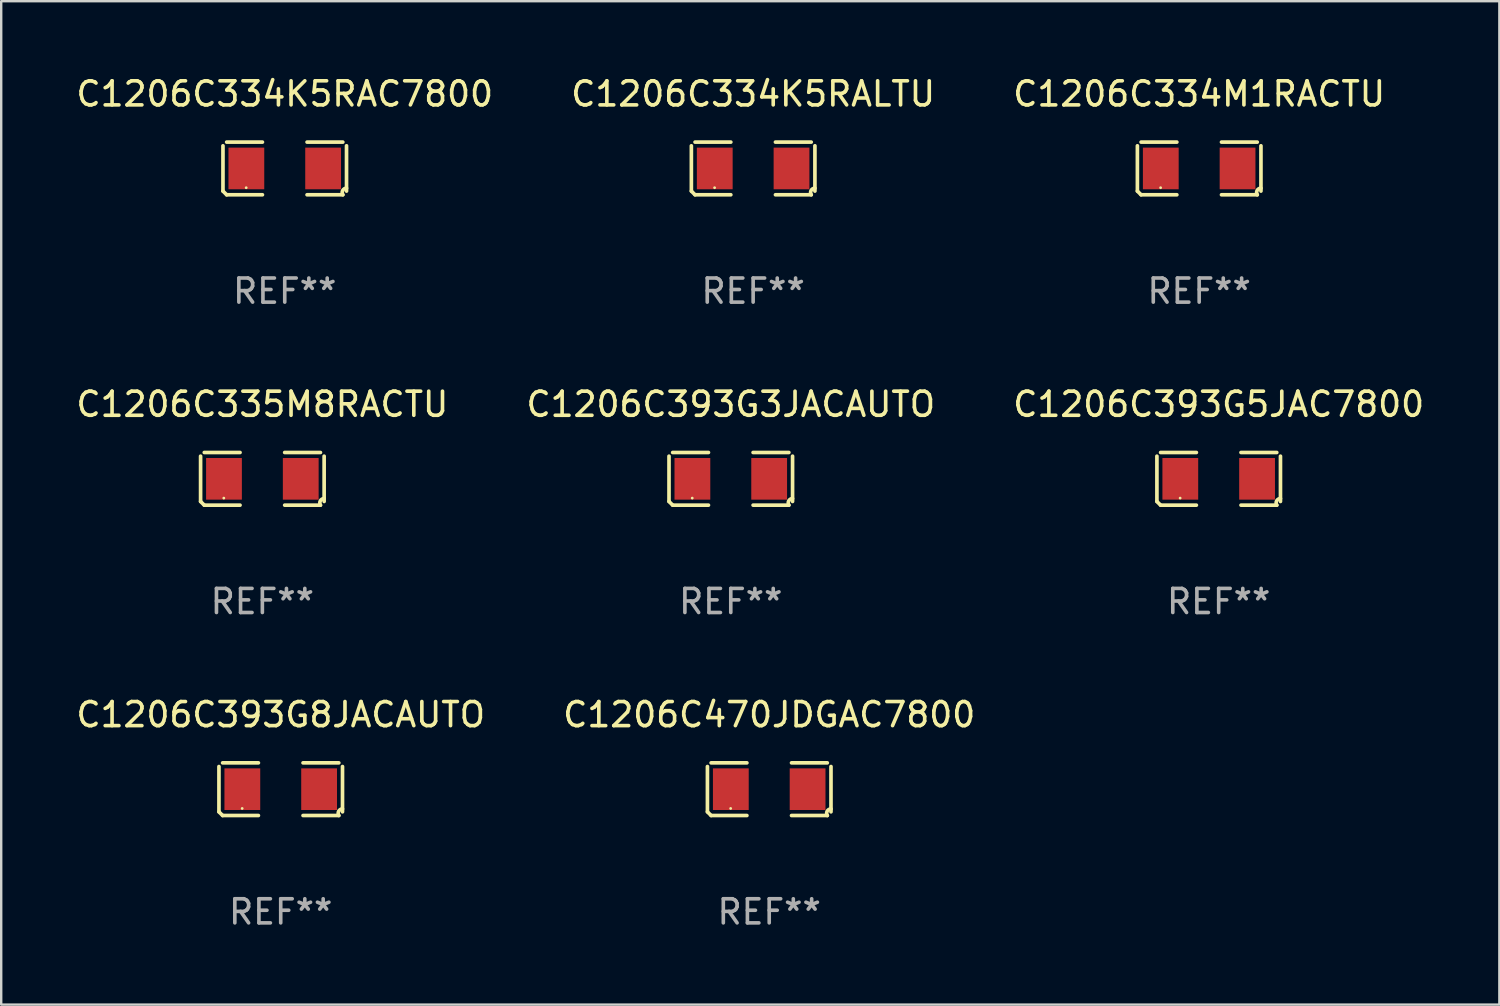
<source format=kicad_pcb>
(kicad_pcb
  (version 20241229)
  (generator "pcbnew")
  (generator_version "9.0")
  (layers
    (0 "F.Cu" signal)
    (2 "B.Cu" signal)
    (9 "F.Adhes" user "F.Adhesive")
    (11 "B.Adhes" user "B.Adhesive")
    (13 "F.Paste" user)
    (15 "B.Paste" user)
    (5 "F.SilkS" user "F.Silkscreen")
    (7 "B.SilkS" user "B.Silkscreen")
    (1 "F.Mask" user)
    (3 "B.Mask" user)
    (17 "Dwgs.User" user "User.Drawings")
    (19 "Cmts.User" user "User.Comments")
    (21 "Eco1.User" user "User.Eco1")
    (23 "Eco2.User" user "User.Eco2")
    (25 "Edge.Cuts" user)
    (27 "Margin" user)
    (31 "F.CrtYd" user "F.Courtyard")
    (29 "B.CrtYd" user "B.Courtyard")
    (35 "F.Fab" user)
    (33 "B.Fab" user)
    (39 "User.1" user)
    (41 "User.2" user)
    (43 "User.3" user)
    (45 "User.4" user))
  (footprint "C1206C334K5RALTU"
    (layer "F.Cu")
    (at 28.208 3.941)
    (property "Reference" "C1206C334K5RALTU" (at 0 -3.093 0) (layer "F.SilkS") (effects (font (size 1 1) (thickness 0.15))))
    (attr through_hole)
    (fp_line (start -2.564 0.94) (end -2.564 -0.94) (stroke (width 0.152) (type solid)) (layer "F.SilkS"))
    (fp_line (start -2.411 -1.093) (end -0.926 -1.093) (stroke (width 0.152) (type solid)) (layer "F.SilkS"))
    (fp_line (start -0.926 1.093) (end -2.411 1.093) (stroke (width 0.152) (type solid)) (layer "F.SilkS"))
    (fp_line (start 0.926 1.093) (end 2.411 1.093) (stroke (width 0.152) (type solid)) (layer "F.SilkS"))
    (fp_line (start 2.411 -1.093) (end 0.926 -1.093) (stroke (width 0.152) (type solid)) (layer "F.SilkS"))
    (fp_line (start 2.564 0.94) (end 2.564 -0.94) (stroke (width 0.152) (type solid)) (layer "F.SilkS"))
    (fp_arc (start -2.411201 1.092609) (mid -2.487413 1.01642) (end -2.563602 0.940208) (stroke (width 0.1524) (type solid)) (layer "F.SilkS"))
    (fp_arc (start 2.411201 1.092609) (mid 2.407159 0.911226) (end 2.563602 0.819347) (stroke (width 0.1524) (type solid)) (layer "F.SilkS"))
    (fp_circle (center -1.6 0.8) (end -1.57 0.8) (stroke (width 0.06) (type solid)) (fill no) (layer "F.SilkS"))
    (fp_text user "REF**" (at 0 5.093 0) (layer "F.Fab") (effects (font (size 1 1) (thickness 0.15))))
    (pad "1" smd rect (at -1.593 0) (size 1.485 1.728) (layers "F.Cu" "F.Mask" "F.Paste"))
    (pad "2" smd rect (at 1.593 0) (size 1.485 1.728) (layers "F.Cu" "F.Mask" "F.Paste")))
  (footprint "C1206C334K5RAC7800"
    (layer "F.Cu")
    (at 8.768 3.941)
    (property "Reference" "C1206C334K5RAC7800" (at 0 -3.093 0) (layer "F.SilkS") (effects (font (size 1 1) (thickness 0.15))))
    (attr through_hole)
    (fp_line (start -2.564 0.94) (end -2.564 -0.94) (stroke (width 0.152) (type solid)) (layer "F.SilkS"))
    (fp_line (start -2.411 -1.093) (end -0.926 -1.093) (stroke (width 0.152) (type solid)) (layer "F.SilkS"))
    (fp_line (start -0.926 1.093) (end -2.411 1.093) (stroke (width 0.152) (type solid)) (layer "F.SilkS"))
    (fp_line (start 0.926 1.093) (end 2.411 1.093) (stroke (width 0.152) (type solid)) (layer "F.SilkS"))
    (fp_line (start 2.411 -1.093) (end 0.926 -1.093) (stroke (width 0.152) (type solid)) (layer "F.SilkS"))
    (fp_line (start 2.564 0.94) (end 2.564 -0.94) (stroke (width 0.152) (type solid)) (layer "F.SilkS"))
    (fp_arc (start -2.411201 1.092609) (mid -2.487413 1.01642) (end -2.563602 0.940208) (stroke (width 0.1524) (type solid)) (layer "F.SilkS"))
    (fp_arc (start 2.411201 1.092609) (mid 2.407159 0.911226) (end 2.563602 0.819347) (stroke (width 0.1524) (type solid)) (layer "F.SilkS"))
    (fp_circle (center -1.6 0.8) (end -1.57 0.8) (stroke (width 0.06) (type solid)) (fill no) (layer "F.SilkS"))
    (fp_text user "REF**" (at 0 5.093 0) (layer "F.Fab") (effects (font (size 1 1) (thickness 0.15))))
    (pad "1" smd rect (at -1.593 0) (size 1.485 1.728) (layers "F.Cu" "F.Mask" "F.Paste"))
    (pad "2" smd rect (at 1.593 0) (size 1.485 1.728) (layers "F.Cu" "F.Mask" "F.Paste")))
  (footprint "C1206C334M1RACTU"
    (layer "F.Cu")
    (at 46.72 3.941)
    (property "Reference" "C1206C334M1RACTU" (at 0 -3.093 0) (layer "F.SilkS") (effects (font (size 1 1) (thickness 0.15))))
    (attr through_hole)
    (fp_line (start -2.564 0.94) (end -2.564 -0.94) (stroke (width 0.152) (type solid)) (layer "F.SilkS"))
    (fp_line (start -2.411 -1.093) (end -0.926 -1.093) (stroke (width 0.152) (type solid)) (layer "F.SilkS"))
    (fp_line (start -0.926 1.093) (end -2.411 1.093) (stroke (width 0.152) (type solid)) (layer "F.SilkS"))
    (fp_line (start 0.926 1.093) (end 2.411 1.093) (stroke (width 0.152) (type solid)) (layer "F.SilkS"))
    (fp_line (start 2.411 -1.093) (end 0.926 -1.093) (stroke (width 0.152) (type solid)) (layer "F.SilkS"))
    (fp_line (start 2.564 0.94) (end 2.564 -0.94) (stroke (width 0.152) (type solid)) (layer "F.SilkS"))
    (fp_arc (start -2.411201 1.092609) (mid -2.487413 1.01642) (end -2.563602 0.940208) (stroke (width 0.1524) (type solid)) (layer "F.SilkS"))
    (fp_arc (start 2.411201 1.092609) (mid 2.407159 0.911226) (end 2.563602 0.819347) (stroke (width 0.1524) (type solid)) (layer "F.SilkS"))
    (fp_circle (center -1.6 0.8) (end -1.57 0.8) (stroke (width 0.06) (type solid)) (fill no) (layer "F.SilkS"))
    (fp_text user "REF**" (at 0 5.093 0) (layer "F.Fab") (effects (font (size 1 1) (thickness 0.15))))
    (pad "1" smd rect (at -1.593 0) (size 1.485 1.728) (layers "F.Cu" "F.Mask" "F.Paste"))
    (pad "2" smd rect (at 1.593 0) (size 1.485 1.728) (layers "F.Cu" "F.Mask" "F.Paste")))
  (footprint "C1206C393G3JACAUTO"
    (layer "F.Cu")
    (at 27.28 16.823)
    (property "Reference" "C1206C393G3JACAUTO" (at 0 -3.093 0) (layer "F.SilkS") (effects (font (size 1 1) (thickness 0.15))))
    (attr through_hole)
    (fp_line (start -2.564 0.94) (end -2.564 -0.94) (stroke (width 0.152) (type solid)) (layer "F.SilkS"))
    (fp_line (start -2.411 -1.093) (end -0.926 -1.093) (stroke (width 0.152) (type solid)) (layer "F.SilkS"))
    (fp_line (start -0.926 1.093) (end -2.411 1.093) (stroke (width 0.152) (type solid)) (layer "F.SilkS"))
    (fp_line (start 0.926 1.093) (end 2.411 1.093) (stroke (width 0.152) (type solid)) (layer "F.SilkS"))
    (fp_line (start 2.411 -1.093) (end 0.926 -1.093) (stroke (width 0.152) (type solid)) (layer "F.SilkS"))
    (fp_line (start 2.564 0.94) (end 2.564 -0.94) (stroke (width 0.152) (type solid)) (layer "F.SilkS"))
    (fp_arc (start -2.411201 1.092609) (mid -2.487413 1.01642) (end -2.563602 0.940208) (stroke (width 0.1524) (type solid)) (layer "F.SilkS"))
    (fp_arc (start 2.411201 1.092609) (mid 2.407159 0.911226) (end 2.563602 0.819347) (stroke (width 0.1524) (type solid)) (layer "F.SilkS"))
    (fp_circle (center -1.6 0.8) (end -1.57 0.8) (stroke (width 0.06) (type solid)) (fill no) (layer "F.SilkS"))
    (fp_text user "REF**" (at 0 5.093 0) (layer "F.Fab") (effects (font (size 1 1) (thickness 0.15))))
    (pad "1" smd rect (at -1.593 0) (size 1.485 1.728) (layers "F.Cu" "F.Mask" "F.Paste"))
    (pad "2" smd rect (at 1.593 0) (size 1.485 1.728) (layers "F.Cu" "F.Mask" "F.Paste")))
  (footprint "C1206C470JDGAC7800"
    (layer "F.Cu")
    (at 28.875 29.704)
    (property "Reference" "C1206C470JDGAC7800" (at 0 -3.093 0) (layer "F.SilkS") (effects (font (size 1 1) (thickness 0.15))))
    (attr through_hole)
    (fp_line (start -2.564 0.94) (end -2.564 -0.94) (stroke (width 0.152) (type solid)) (layer "F.SilkS"))
    (fp_line (start -2.411 -1.093) (end -0.926 -1.093) (stroke (width 0.152) (type solid)) (layer "F.SilkS"))
    (fp_line (start -0.926 1.093) (end -2.411 1.093) (stroke (width 0.152) (type solid)) (layer "F.SilkS"))
    (fp_line (start 0.926 1.093) (end 2.411 1.093) (stroke (width 0.152) (type solid)) (layer "F.SilkS"))
    (fp_line (start 2.411 -1.093) (end 0.926 -1.093) (stroke (width 0.152) (type solid)) (layer "F.SilkS"))
    (fp_line (start 2.564 0.94) (end 2.564 -0.94) (stroke (width 0.152) (type solid)) (layer "F.SilkS"))
    (fp_arc (start -2.411201 1.092609) (mid -2.487413 1.01642) (end -2.563602 0.940208) (stroke (width 0.1524) (type solid)) (layer "F.SilkS"))
    (fp_arc (start 2.411201 1.092609) (mid 2.407159 0.911226) (end 2.563602 0.819347) (stroke (width 0.1524) (type solid)) (layer "F.SilkS"))
    (fp_circle (center -1.6 0.8) (end -1.57 0.8) (stroke (width 0.06) (type solid)) (fill no) (layer "F.SilkS"))
    (fp_text user "REF**" (at 0 5.093 0) (layer "F.Fab") (effects (font (size 1 1) (thickness 0.15))))
    (pad "1" smd rect (at -1.593 0) (size 1.485 1.728) (layers "F.Cu" "F.Mask" "F.Paste"))
    (pad "2" smd rect (at 1.593 0) (size 1.485 1.728) (layers "F.Cu" "F.Mask" "F.Paste")))
  (footprint "C1206C393G5JAC7800"
    (layer "F.Cu")
    (at 47.53 16.823)
    (property "Reference" "C1206C393G5JAC7800" (at 0 -3.093 0) (layer "F.SilkS") (effects (font (size 1 1) (thickness 0.15))))
    (attr through_hole)
    (fp_line (start -2.564 0.94) (end -2.564 -0.94) (stroke (width 0.152) (type solid)) (layer "F.SilkS"))
    (fp_line (start -2.411 -1.093) (end -0.926 -1.093) (stroke (width 0.152) (type solid)) (layer "F.SilkS"))
    (fp_line (start -0.926 1.093) (end -2.411 1.093) (stroke (width 0.152) (type solid)) (layer "F.SilkS"))
    (fp_line (start 0.926 1.093) (end 2.411 1.093) (stroke (width 0.152) (type solid)) (layer "F.SilkS"))
    (fp_line (start 2.411 -1.093) (end 0.926 -1.093) (stroke (width 0.152) (type solid)) (layer "F.SilkS"))
    (fp_line (start 2.564 0.94) (end 2.564 -0.94) (stroke (width 0.152) (type solid)) (layer "F.SilkS"))
    (fp_arc (start -2.411201 1.092609) (mid -2.487413 1.01642) (end -2.563602 0.940208) (stroke (width 0.1524) (type solid)) (layer "F.SilkS"))
    (fp_arc (start 2.411201 1.092609) (mid 2.407159 0.911226) (end 2.563602 0.819347) (stroke (width 0.1524) (type solid)) (layer "F.SilkS"))
    (fp_circle (center -1.6 0.8) (end -1.57 0.8) (stroke (width 0.06) (type solid)) (fill no) (layer "F.SilkS"))
    (fp_text user "REF**" (at 0 5.093 0) (layer "F.Fab") (effects (font (size 1 1) (thickness 0.15))))
    (pad "1" smd rect (at -1.593 0) (size 1.485 1.728) (layers "F.Cu" "F.Mask" "F.Paste"))
    (pad "2" smd rect (at 1.593 0) (size 1.485 1.728) (layers "F.Cu" "F.Mask" "F.Paste")))
  (footprint "C1206C393G8JACAUTO"
    (layer "F.Cu")
    (at 8.601 29.704)
    (property "Reference" "C1206C393G8JACAUTO" (at 0 -3.093 0) (layer "F.SilkS") (effects (font (size 1 1) (thickness 0.15))))
    (attr through_hole)
    (fp_line (start -2.564 0.94) (end -2.564 -0.94) (stroke (width 0.152) (type solid)) (layer "F.SilkS"))
    (fp_line (start -2.411 -1.093) (end -0.926 -1.093) (stroke (width 0.152) (type solid)) (layer "F.SilkS"))
    (fp_line (start -0.926 1.093) (end -2.411 1.093) (stroke (width 0.152) (type solid)) (layer "F.SilkS"))
    (fp_line (start 0.926 1.093) (end 2.411 1.093) (stroke (width 0.152) (type solid)) (layer "F.SilkS"))
    (fp_line (start 2.411 -1.093) (end 0.926 -1.093) (stroke (width 0.152) (type solid)) (layer "F.SilkS"))
    (fp_line (start 2.564 0.94) (end 2.564 -0.94) (stroke (width 0.152) (type solid)) (layer "F.SilkS"))
    (fp_arc (start -2.411201 1.092609) (mid -2.487413 1.01642) (end -2.563602 0.940208) (stroke (width 0.1524) (type solid)) (layer "F.SilkS"))
    (fp_arc (start 2.411201 1.092609) (mid 2.407159 0.911226) (end 2.563602 0.819347) (stroke (width 0.1524) (type solid)) (layer "F.SilkS"))
    (fp_circle (center -1.6 0.8) (end -1.57 0.8) (stroke (width 0.06) (type solid)) (fill no) (layer "F.SilkS"))
    (fp_text user "REF**" (at 0 5.093 0) (layer "F.Fab") (effects (font (size 1 1) (thickness 0.15))))
    (pad "1" smd rect (at -1.593 0) (size 1.485 1.728) (layers "F.Cu" "F.Mask" "F.Paste"))
    (pad "2" smd rect (at 1.593 0) (size 1.485 1.728) (layers "F.Cu" "F.Mask" "F.Paste")))
  (footprint "C1206C335M8RACTU"
    (layer "F.Cu")
    (at 7.839 16.823)
    (property "Reference" "C1206C335M8RACTU" (at 0 -3.093 0) (layer "F.SilkS") (effects (font (size 1 1) (thickness 0.15))))
    (attr through_hole)
    (fp_line (start -2.564 0.94) (end -2.564 -0.94) (stroke (width 0.152) (type solid)) (layer "F.SilkS"))
    (fp_line (start -2.411 -1.093) (end -0.926 -1.093) (stroke (width 0.152) (type solid)) (layer "F.SilkS"))
    (fp_line (start -0.926 1.093) (end -2.411 1.093) (stroke (width 0.152) (type solid)) (layer "F.SilkS"))
    (fp_line (start 0.926 1.093) (end 2.411 1.093) (stroke (width 0.152) (type solid)) (layer "F.SilkS"))
    (fp_line (start 2.411 -1.093) (end 0.926 -1.093) (stroke (width 0.152) (type solid)) (layer "F.SilkS"))
    (fp_line (start 2.564 0.94) (end 2.564 -0.94) (stroke (width 0.152) (type solid)) (layer "F.SilkS"))
    (fp_arc (start -2.411201 1.092609) (mid -2.487413 1.01642) (end -2.563602 0.940208) (stroke (width 0.1524) (type solid)) (layer "F.SilkS"))
    (fp_arc (start 2.411201 1.092609) (mid 2.407159 0.911226) (end 2.563602 0.819347) (stroke (width 0.1524) (type solid)) (layer "F.SilkS"))
    (fp_circle (center -1.6 0.8) (end -1.57 0.8) (stroke (width 0.06) (type solid)) (fill no) (layer "F.SilkS"))
    (fp_text user "REF**" (at 0 5.093 0) (layer "F.Fab") (effects (font (size 1 1) (thickness 0.15))))
    (pad "1" smd rect (at -1.593 0) (size 1.485 1.728) (layers "F.Cu" "F.Mask" "F.Paste"))
    (pad "2" smd rect (at 1.593 0) (size 1.485 1.728) (layers "F.Cu" "F.Mask" "F.Paste")))
  (gr_rect
    (start -3 -3)
    (end 59.179 38.645)
    (stroke (width 0.1) (type default))
    (fill no)
    (layer "Edge.Cuts")))
</source>
